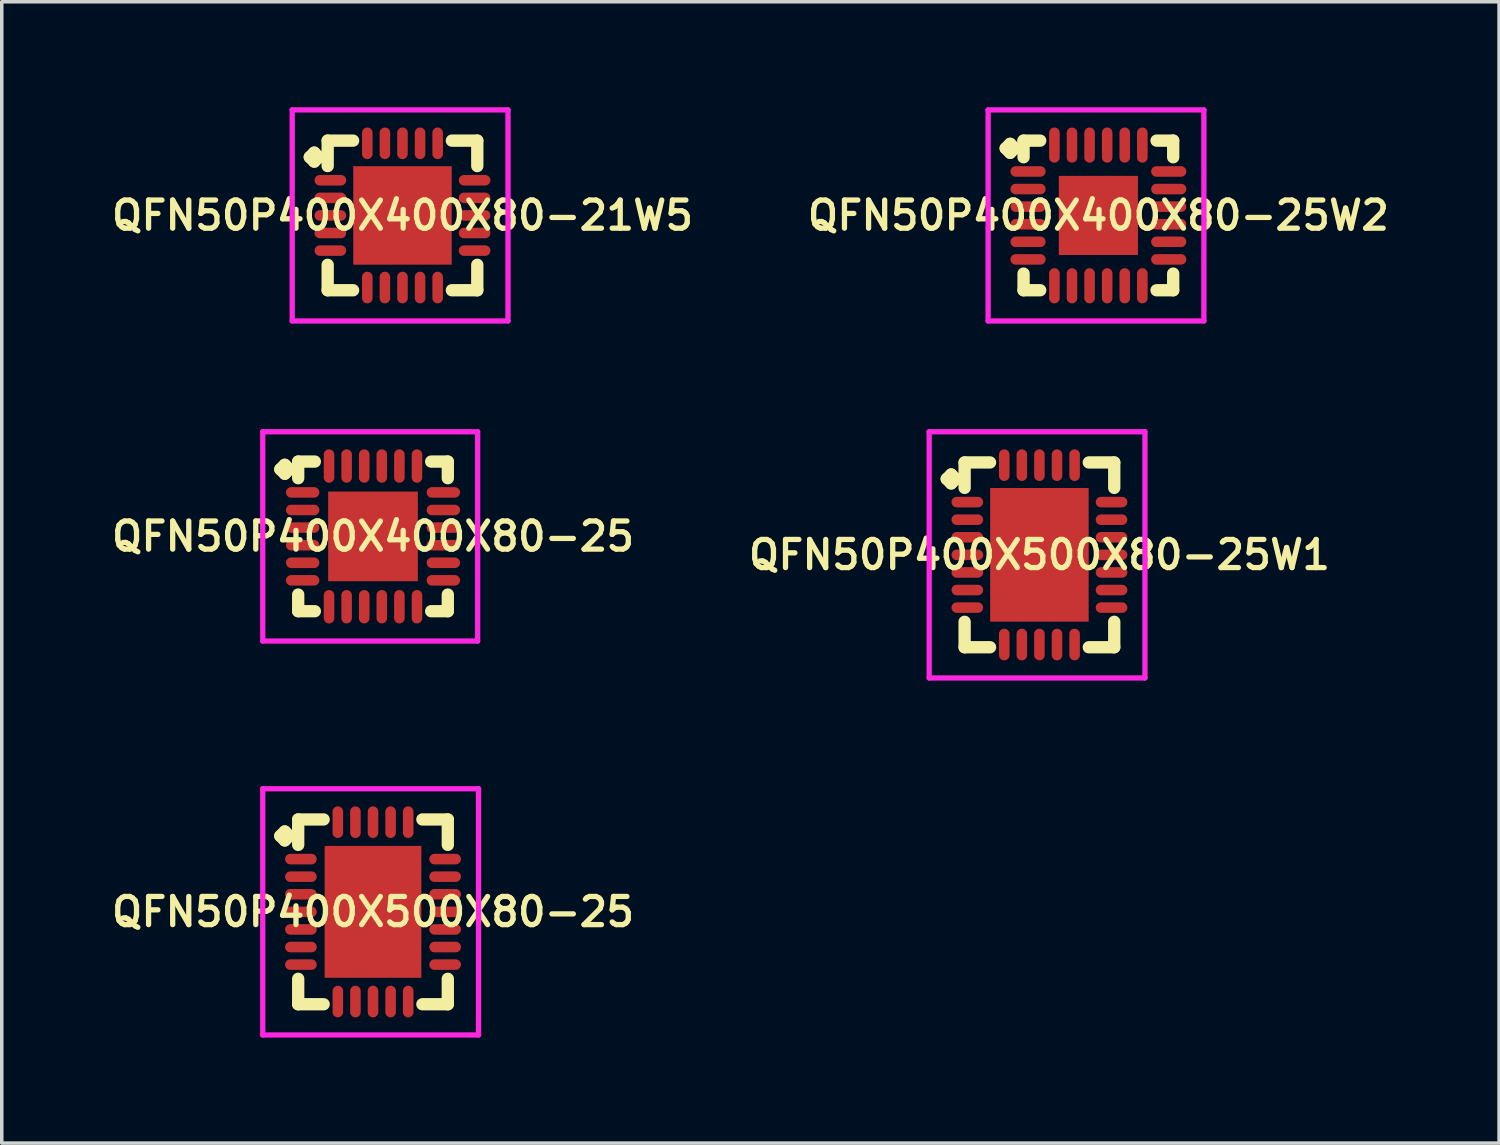
<source format=kicad_pcb>
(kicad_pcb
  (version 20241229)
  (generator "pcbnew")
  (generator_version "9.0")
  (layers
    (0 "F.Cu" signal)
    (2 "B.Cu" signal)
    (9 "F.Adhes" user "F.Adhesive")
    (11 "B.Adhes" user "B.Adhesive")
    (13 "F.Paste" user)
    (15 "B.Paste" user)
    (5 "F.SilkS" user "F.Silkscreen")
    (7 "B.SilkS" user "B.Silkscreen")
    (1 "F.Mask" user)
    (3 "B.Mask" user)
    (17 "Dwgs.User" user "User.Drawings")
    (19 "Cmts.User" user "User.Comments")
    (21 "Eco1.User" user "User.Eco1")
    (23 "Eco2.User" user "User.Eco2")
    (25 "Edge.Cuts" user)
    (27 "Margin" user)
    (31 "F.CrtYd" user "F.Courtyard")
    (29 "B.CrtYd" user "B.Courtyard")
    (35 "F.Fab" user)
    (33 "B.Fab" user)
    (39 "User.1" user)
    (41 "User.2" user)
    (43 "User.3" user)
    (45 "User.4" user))
  (footprint "QFN50P400X500X80-25W1"
    (layer "F.Cu")
    (at 26.502 12.725)
    (property "Reference" "QFN50P400X500X80-25W1" (at 0 0 0) (layer "F.SilkS") (effects (font (size 0.8 0.8) (thickness 0.15))))
    (attr smd)
    (fp_line (start -2.635 -2.158) (end -2.508 -2.285) (stroke (width 0.35) (type solid)) (layer "F.SilkS"))
    (fp_line (start -2.508 -2.285) (end -2.381 -2.158) (stroke (width 0.35) (type solid)) (layer "F.SilkS"))
    (fp_line (start -2.508 -2.031) (end -2.635 -2.158) (stroke (width 0.35) (type solid)) (layer "F.SilkS"))
    (fp_line (start -2.381 -2.158) (end -2.508 -2.031) (stroke (width 0.35) (type solid)) (layer "F.SilkS"))
    (fp_line (start -2.127 -2.627) (end -1.404 -2.627) (stroke (width 0.35) (type solid)) (layer "F.SilkS"))
    (fp_line (start -2.127 -1.904) (end -2.127 -2.627) (stroke (width 0.35) (type solid)) (layer "F.SilkS"))
    (fp_line (start -2.127 1.904) (end -2.127 2.627) (stroke (width 0.35) (type solid)) (layer "F.SilkS"))
    (fp_line (start -2.127 2.627) (end -1.404 2.627) (stroke (width 0.35) (type solid)) (layer "F.SilkS"))
    (fp_line (start 1.404 -2.627) (end 2.127 -2.627) (stroke (width 0.35) (type solid)) (layer "F.SilkS"))
    (fp_line (start 1.404 2.627) (end 2.127 2.627) (stroke (width 0.35) (type solid)) (layer "F.SilkS"))
    (fp_line (start 2.127 -2.627) (end 2.127 -1.904) (stroke (width 0.35) (type solid)) (layer "F.SilkS"))
    (fp_line (start 2.127 2.627) (end 2.127 1.904) (stroke (width 0.35) (type solid)) (layer "F.SilkS"))
    (fp_line (start -3.135 -3.5) (end 3 -3.5) (stroke (width 0.15) (type solid)) (layer "F.CrtYd"))
    (fp_line (start -3.135 3.5) (end -3.135 -3.5) (stroke (width 0.15) (type solid)) (layer "F.CrtYd"))
    (fp_line (start 3 -3.5) (end 3 3.5) (stroke (width 0.15) (type solid)) (layer "F.CrtYd"))
    (fp_line (start 3 3.5) (end -3.135 3.5) (stroke (width 0.15) (type solid)) (layer "F.CrtYd"))
    (pad "1" smd oval (at -2.05 -1.5) (size 0.9 0.3) (layers "F.Cu" "F.Mask" "F.Paste"))
    (pad "2" smd oval (at -2.05 -1) (size 0.9 0.3) (layers "F.Cu" "F.Mask" "F.Paste"))
    (pad "3" smd oval (at -2.05 -0.5) (size 0.9 0.3) (layers "F.Cu" "F.Mask" "F.Paste"))
    (pad "4" smd oval (at -2.05 0) (size 0.9 0.3) (layers "F.Cu" "F.Mask" "F.Paste"))
    (pad "5" smd oval (at -2.05 0.5) (size 0.9 0.3) (layers "F.Cu" "F.Mask" "F.Paste"))
    (pad "6" smd oval (at -2.05 1) (size 0.9 0.3) (layers "F.Cu" "F.Mask" "F.Paste"))
    (pad "7" smd oval (at -2.05 1.5) (size 0.9 0.3) (layers "F.Cu" "F.Mask" "F.Paste"))
    (pad "8" smd oval (at -1 2.55) (size 0.3 0.9) (layers "F.Cu" "F.Mask" "F.Paste"))
    (pad "9" smd oval (at -0.5 2.55) (size 0.3 0.9) (layers "F.Cu" "F.Mask" "F.Paste"))
    (pad "10" smd oval (at 0 2.55) (size 0.3 0.9) (layers "F.Cu" "F.Mask" "F.Paste"))
    (pad "11" smd oval (at 0.5 2.55) (size 0.3 0.9) (layers "F.Cu" "F.Mask" "F.Paste"))
    (pad "12" smd oval (at 1 2.55) (size 0.3 0.9) (layers "F.Cu" "F.Mask" "F.Paste"))
    (pad "13" smd oval (at 2.05 1.5) (size 0.9 0.3) (layers "F.Cu" "F.Mask" "F.Paste"))
    (pad "14" smd oval (at 2.05 1) (size 0.9 0.3) (layers "F.Cu" "F.Mask" "F.Paste"))
    (pad "15" smd oval (at 2.05 0.5) (size 0.9 0.3) (layers "F.Cu" "F.Mask" "F.Paste"))
    (pad "16" smd oval (at 2.05 0) (size 0.9 0.3) (layers "F.Cu" "F.Mask" "F.Paste"))
    (pad "17" smd oval (at 2.05 -0.5) (size 0.9 0.3) (layers "F.Cu" "F.Mask" "F.Paste"))
    (pad "18" smd oval (at 2.05 -1) (size 0.9 0.3) (layers "F.Cu" "F.Mask" "F.Paste"))
    (pad "19" smd oval (at 2.05 -1.5) (size 0.9 0.3) (layers "F.Cu" "F.Mask" "F.Paste"))
    (pad "20" smd oval (at 1 -2.55) (size 0.3 0.9) (layers "F.Cu" "F.Mask" "F.Paste"))
    (pad "21" smd oval (at 0.5 -2.55) (size 0.3 0.9) (layers "F.Cu" "F.Mask" "F.Paste"))
    (pad "22" smd oval (at 0 -2.55) (size 0.3 0.9) (layers "F.Cu" "F.Mask" "F.Paste"))
    (pad "23" smd oval (at -0.5 -2.55) (size 0.3 0.9) (layers "F.Cu" "F.Mask" "F.Paste"))
    (pad "24" smd oval (at -1 -2.55) (size 0.3 0.9) (layers "F.Cu" "F.Mask" "F.Paste"))
    (pad "25" smd rect (at 0 0) (size 2.8 3.8) (layers "F.Cu" "F.Mask" "F.Paste")))
  (footprint "QFN50P400X500X80-25"
    (layer "F.Cu")
    (at 7.555 22.875)
    (property "Reference" "QFN50P400X500X80-25" (at 0 0 0) (layer "F.SilkS") (effects (font (size 0.8 0.8) (thickness 0.15))))
    (attr smd)
    (fp_line (start -2.635 -2.158) (end -2.508 -2.285) (stroke (width 0.35) (type solid)) (layer "F.SilkS"))
    (fp_line (start -2.508 -2.285) (end -2.381 -2.158) (stroke (width 0.35) (type solid)) (layer "F.SilkS"))
    (fp_line (start -2.508 -2.031) (end -2.635 -2.158) (stroke (width 0.35) (type solid)) (layer "F.SilkS"))
    (fp_line (start -2.381 -2.158) (end -2.508 -2.031) (stroke (width 0.35) (type solid)) (layer "F.SilkS"))
    (fp_line (start -2.127 -2.627) (end -1.404 -2.627) (stroke (width 0.35) (type solid)) (layer "F.SilkS"))
    (fp_line (start -2.127 -1.904) (end -2.127 -2.627) (stroke (width 0.35) (type solid)) (layer "F.SilkS"))
    (fp_line (start -2.127 1.904) (end -2.127 2.627) (stroke (width 0.35) (type solid)) (layer "F.SilkS"))
    (fp_line (start -2.127 2.627) (end -1.404 2.627) (stroke (width 0.35) (type solid)) (layer "F.SilkS"))
    (fp_line (start 1.404 -2.627) (end 2.127 -2.627) (stroke (width 0.35) (type solid)) (layer "F.SilkS"))
    (fp_line (start 1.404 2.627) (end 2.127 2.627) (stroke (width 0.35) (type solid)) (layer "F.SilkS"))
    (fp_line (start 2.127 -2.627) (end 2.127 -1.904) (stroke (width 0.35) (type solid)) (layer "F.SilkS"))
    (fp_line (start 2.127 2.627) (end 2.127 1.904) (stroke (width 0.35) (type solid)) (layer "F.SilkS"))
    (fp_line (start -3.135 -3.5) (end 3 -3.5) (stroke (width 0.15) (type solid)) (layer "F.CrtYd"))
    (fp_line (start -3.135 3.5) (end -3.135 -3.5) (stroke (width 0.15) (type solid)) (layer "F.CrtYd"))
    (fp_line (start 3 -3.5) (end 3 3.5) (stroke (width 0.15) (type solid)) (layer "F.CrtYd"))
    (fp_line (start 3 3.5) (end -3.135 3.5) (stroke (width 0.15) (type solid)) (layer "F.CrtYd"))
    (pad "1" smd oval (at -2.05 -1.5) (size 0.9 0.3) (layers "F.Cu" "F.Mask" "F.Paste"))
    (pad "2" smd oval (at -2.05 -1) (size 0.9 0.3) (layers "F.Cu" "F.Mask" "F.Paste"))
    (pad "3" smd oval (at -2.05 -0.5) (size 0.9 0.3) (layers "F.Cu" "F.Mask" "F.Paste"))
    (pad "4" smd oval (at -2.05 0) (size 0.9 0.3) (layers "F.Cu" "F.Mask" "F.Paste"))
    (pad "5" smd oval (at -2.05 0.5) (size 0.9 0.3) (layers "F.Cu" "F.Mask" "F.Paste"))
    (pad "6" smd oval (at -2.05 1) (size 0.9 0.3) (layers "F.Cu" "F.Mask" "F.Paste"))
    (pad "7" smd oval (at -2.05 1.5) (size 0.9 0.3) (layers "F.Cu" "F.Mask" "F.Paste"))
    (pad "8" smd oval (at -1 2.55) (size 0.3 0.9) (layers "F.Cu" "F.Mask" "F.Paste"))
    (pad "9" smd oval (at -0.5 2.55) (size 0.3 0.9) (layers "F.Cu" "F.Mask" "F.Paste"))
    (pad "10" smd oval (at 0 2.55) (size 0.3 0.9) (layers "F.Cu" "F.Mask" "F.Paste"))
    (pad "11" smd oval (at 0.5 2.55) (size 0.3 0.9) (layers "F.Cu" "F.Mask" "F.Paste"))
    (pad "12" smd oval (at 1 2.55) (size 0.3 0.9) (layers "F.Cu" "F.Mask" "F.Paste"))
    (pad "13" smd oval (at 2.05 1.5) (size 0.9 0.3) (layers "F.Cu" "F.Mask" "F.Paste"))
    (pad "14" smd oval (at 2.05 1) (size 0.9 0.3) (layers "F.Cu" "F.Mask" "F.Paste"))
    (pad "15" smd oval (at 2.05 0.5) (size 0.9 0.3) (layers "F.Cu" "F.Mask" "F.Paste"))
    (pad "16" smd oval (at 2.05 0) (size 0.9 0.3) (layers "F.Cu" "F.Mask" "F.Paste"))
    (pad "17" smd oval (at 2.05 -0.5) (size 0.9 0.3) (layers "F.Cu" "F.Mask" "F.Paste"))
    (pad "18" smd oval (at 2.05 -1) (size 0.9 0.3) (layers "F.Cu" "F.Mask" "F.Paste"))
    (pad "19" smd oval (at 2.05 -1.5) (size 0.9 0.3) (layers "F.Cu" "F.Mask" "F.Paste"))
    (pad "20" smd oval (at 1 -2.55) (size 0.3 0.9) (layers "F.Cu" "F.Mask" "F.Paste"))
    (pad "21" smd oval (at 0.5 -2.55) (size 0.3 0.9) (layers "F.Cu" "F.Mask" "F.Paste"))
    (pad "22" smd oval (at 0 -2.55) (size 0.3 0.9) (layers "F.Cu" "F.Mask" "F.Paste"))
    (pad "23" smd oval (at -0.5 -2.55) (size 0.3 0.9) (layers "F.Cu" "F.Mask" "F.Paste"))
    (pad "24" smd oval (at -1 -2.55) (size 0.3 0.9) (layers "F.Cu" "F.Mask" "F.Paste"))
    (pad "25" smd rect (at 0 0) (size 2.75 3.75) (layers "F.Cu" "F.Mask" "F.Paste")))
  (footprint "QFN50P400X400X80-25W2"
    (layer "F.Cu")
    (at 28.178 3.075)
    (property "Reference" "QFN50P400X400X80-25W2" (at 0 0 0) (layer "F.SilkS") (effects (font (size 0.8 0.8) (thickness 0.15))))
    (attr smd)
    (fp_line (start -2.635 -1.908) (end -2.508 -2.035) (stroke (width 0.35) (type solid)) (layer "F.SilkS"))
    (fp_line (start -2.508 -2.035) (end -2.381 -1.908) (stroke (width 0.35) (type solid)) (layer "F.SilkS"))
    (fp_line (start -2.508 -1.781) (end -2.635 -1.908) (stroke (width 0.35) (type solid)) (layer "F.SilkS"))
    (fp_line (start -2.381 -1.908) (end -2.508 -1.781) (stroke (width 0.35) (type solid)) (layer "F.SilkS"))
    (fp_line (start -2.127 -2.127) (end -1.654 -2.127) (stroke (width 0.35) (type solid)) (layer "F.SilkS"))
    (fp_line (start -2.127 -1.654) (end -2.127 -2.127) (stroke (width 0.35) (type solid)) (layer "F.SilkS"))
    (fp_line (start -2.127 1.654) (end -2.127 2.127) (stroke (width 0.35) (type solid)) (layer "F.SilkS"))
    (fp_line (start -2.127 2.127) (end -1.654 2.127) (stroke (width 0.35) (type solid)) (layer "F.SilkS"))
    (fp_line (start 1.654 -2.127) (end 2.127 -2.127) (stroke (width 0.35) (type solid)) (layer "F.SilkS"))
    (fp_line (start 1.654 2.127) (end 2.127 2.127) (stroke (width 0.35) (type solid)) (layer "F.SilkS"))
    (fp_line (start 2.127 -2.127) (end 2.127 -1.654) (stroke (width 0.35) (type solid)) (layer "F.SilkS"))
    (fp_line (start 2.127 2.127) (end 2.127 1.654) (stroke (width 0.35) (type solid)) (layer "F.SilkS"))
    (fp_line (start -3.135 -3) (end 3 -3) (stroke (width 0.15) (type solid)) (layer "F.CrtYd"))
    (fp_line (start -3.135 3) (end -3.135 -3) (stroke (width 0.15) (type solid)) (layer "F.CrtYd"))
    (fp_line (start 3 -3) (end 3 3) (stroke (width 0.15) (type solid)) (layer "F.CrtYd"))
    (fp_line (start 3 3) (end -3.135 3) (stroke (width 0.15) (type solid)) (layer "F.CrtYd"))
    (pad "1" smd oval (at -2 -1.25) (size 1 0.3) (layers "F.Cu" "F.Mask" "F.Paste"))
    (pad "2" smd oval (at -2 -0.75) (size 1 0.3) (layers "F.Cu" "F.Mask" "F.Paste"))
    (pad "3" smd oval (at -2 -0.25) (size 1 0.3) (layers "F.Cu" "F.Mask" "F.Paste"))
    (pad "4" smd oval (at -2 0.25) (size 1 0.3) (layers "F.Cu" "F.Mask" "F.Paste"))
    (pad "5" smd oval (at -2 0.75) (size 1 0.3) (layers "F.Cu" "F.Mask" "F.Paste"))
    (pad "6" smd oval (at -2 1.25) (size 1 0.3) (layers "F.Cu" "F.Mask" "F.Paste"))
    (pad "7" smd oval (at -1.25 2) (size 0.3 1) (layers "F.Cu" "F.Mask" "F.Paste"))
    (pad "8" smd oval (at -0.75 2) (size 0.3 1) (layers "F.Cu" "F.Mask" "F.Paste"))
    (pad "9" smd oval (at -0.25 2) (size 0.3 1) (layers "F.Cu" "F.Mask" "F.Paste"))
    (pad "10" smd oval (at 0.25 2) (size 0.3 1) (layers "F.Cu" "F.Mask" "F.Paste"))
    (pad "11" smd oval (at 0.75 2) (size 0.3 1) (layers "F.Cu" "F.Mask" "F.Paste"))
    (pad "12" smd oval (at 1.25 2) (size 0.3 1) (layers "F.Cu" "F.Mask" "F.Paste"))
    (pad "13" smd oval (at 2 1.25) (size 1 0.3) (layers "F.Cu" "F.Mask" "F.Paste"))
    (pad "14" smd oval (at 2 0.75) (size 1 0.3) (layers "F.Cu" "F.Mask" "F.Paste"))
    (pad "15" smd oval (at 2 0.25) (size 1 0.3) (layers "F.Cu" "F.Mask" "F.Paste"))
    (pad "16" smd oval (at 2 -0.25) (size 1 0.3) (layers "F.Cu" "F.Mask" "F.Paste"))
    (pad "17" smd oval (at 2 -0.75) (size 1 0.3) (layers "F.Cu" "F.Mask" "F.Paste"))
    (pad "18" smd oval (at 2 -1.25) (size 1 0.3) (layers "F.Cu" "F.Mask" "F.Paste"))
    (pad "19" smd oval (at 1.25 -2) (size 0.3 1) (layers "F.Cu" "F.Mask" "F.Paste"))
    (pad "20" smd oval (at 0.75 -2) (size 0.3 1) (layers "F.Cu" "F.Mask" "F.Paste"))
    (pad "21" smd oval (at 0.25 -2) (size 0.3 1) (layers "F.Cu" "F.Mask" "F.Paste"))
    (pad "22" smd oval (at -0.25 -2) (size 0.3 1) (layers "F.Cu" "F.Mask" "F.Paste"))
    (pad "23" smd oval (at -0.75 -2) (size 0.3 1) (layers "F.Cu" "F.Mask" "F.Paste"))
    (pad "24" smd oval (at -1.25 -2) (size 0.3 1) (layers "F.Cu" "F.Mask" "F.Paste"))
    (pad "25" smd rect (at 0 0) (size 2.25 2.25) (layers "F.Cu" "F.Mask" "F.Paste")))
  (footprint "QFN50P400X400X80-21W5"
    (layer "F.Cu")
    (at 8.393 3.075)
    (property "Reference" "QFN50P400X400X80-21W5" (at 0 0 0) (layer "F.SilkS") (effects (font (size 0.8 0.8) (thickness 0.15))))
    (attr smd)
    (fp_line (start -2.635 -1.658) (end -2.508 -1.785) (stroke (width 0.35) (type solid)) (layer "F.SilkS"))
    (fp_line (start -2.508 -1.785) (end -2.381 -1.658) (stroke (width 0.35) (type solid)) (layer "F.SilkS"))
    (fp_line (start -2.508 -1.531) (end -2.635 -1.658) (stroke (width 0.35) (type solid)) (layer "F.SilkS"))
    (fp_line (start -2.381 -1.658) (end -2.508 -1.531) (stroke (width 0.35) (type solid)) (layer "F.SilkS"))
    (fp_line (start -2.127 -2.127) (end -1.404 -2.127) (stroke (width 0.35) (type solid)) (layer "F.SilkS"))
    (fp_line (start -2.127 -1.404) (end -2.127 -2.127) (stroke (width 0.35) (type solid)) (layer "F.SilkS"))
    (fp_line (start -2.127 1.404) (end -2.127 2.127) (stroke (width 0.35) (type solid)) (layer "F.SilkS"))
    (fp_line (start -2.127 2.127) (end -1.404 2.127) (stroke (width 0.35) (type solid)) (layer "F.SilkS"))
    (fp_line (start 1.404 -2.127) (end 2.127 -2.127) (stroke (width 0.35) (type solid)) (layer "F.SilkS"))
    (fp_line (start 1.404 2.127) (end 2.127 2.127) (stroke (width 0.35) (type solid)) (layer "F.SilkS"))
    (fp_line (start 2.127 -2.127) (end 2.127 -1.404) (stroke (width 0.35) (type solid)) (layer "F.SilkS"))
    (fp_line (start 2.127 2.127) (end 2.127 1.404) (stroke (width 0.35) (type solid)) (layer "F.SilkS"))
    (fp_line (start -3.135 -3) (end 3 -3) (stroke (width 0.15) (type solid)) (layer "F.CrtYd"))
    (fp_line (start -3.135 3) (end -3.135 -3) (stroke (width 0.15) (type solid)) (layer "F.CrtYd"))
    (fp_line (start 3 -3) (end 3 3) (stroke (width 0.15) (type solid)) (layer "F.CrtYd"))
    (fp_line (start 3 3) (end -3.135 3) (stroke (width 0.15) (type solid)) (layer "F.CrtYd"))
    (pad "1" smd oval (at -2.05 -1) (size 0.9 0.3) (layers "F.Cu" "F.Mask" "F.Paste"))
    (pad "2" smd oval (at -2.05 -0.5) (size 0.9 0.3) (layers "F.Cu" "F.Mask" "F.Paste"))
    (pad "3" smd oval (at -2.05 0) (size 0.9 0.3) (layers "F.Cu" "F.Mask" "F.Paste"))
    (pad "4" smd oval (at -2.05 0.5) (size 0.9 0.3) (layers "F.Cu" "F.Mask" "F.Paste"))
    (pad "5" smd oval (at -2.05 1) (size 0.9 0.3) (layers "F.Cu" "F.Mask" "F.Paste"))
    (pad "6" smd oval (at -1 2.05) (size 0.3 0.9) (layers "F.Cu" "F.Mask" "F.Paste"))
    (pad "7" smd oval (at -0.5 2.05) (size 0.3 0.9) (layers "F.Cu" "F.Mask" "F.Paste"))
    (pad "8" smd oval (at 0 2.05) (size 0.3 0.9) (layers "F.Cu" "F.Mask" "F.Paste"))
    (pad "9" smd oval (at 0.5 2.05) (size 0.3 0.9) (layers "F.Cu" "F.Mask" "F.Paste"))
    (pad "10" smd oval (at 1 2.05) (size 0.3 0.9) (layers "F.Cu" "F.Mask" "F.Paste"))
    (pad "11" smd oval (at 2.05 1) (size 0.9 0.3) (layers "F.Cu" "F.Mask" "F.Paste"))
    (pad "12" smd oval (at 2.05 0.5) (size 0.9 0.3) (layers "F.Cu" "F.Mask" "F.Paste"))
    (pad "13" smd oval (at 2.05 0) (size 0.9 0.3) (layers "F.Cu" "F.Mask" "F.Paste"))
    (pad "14" smd oval (at 2.05 -0.5) (size 0.9 0.3) (layers "F.Cu" "F.Mask" "F.Paste"))
    (pad "15" smd oval (at 2.05 -1) (size 0.9 0.3) (layers "F.Cu" "F.Mask" "F.Paste"))
    (pad "16" smd oval (at 1 -2.05) (size 0.3 0.9) (layers "F.Cu" "F.Mask" "F.Paste"))
    (pad "17" smd oval (at 0.5 -2.05) (size 0.3 0.9) (layers "F.Cu" "F.Mask" "F.Paste"))
    (pad "18" smd oval (at 0 -2.05) (size 0.3 0.9) (layers "F.Cu" "F.Mask" "F.Paste"))
    (pad "19" smd oval (at -0.5 -2.05) (size 0.3 0.9) (layers "F.Cu" "F.Mask" "F.Paste"))
    (pad "20" smd oval (at -1 -2.05) (size 0.3 0.9) (layers "F.Cu" "F.Mask" "F.Paste"))
    (pad "21" smd rect (at 0 0) (size 2.8 2.8) (layers "F.Cu" "F.Mask" "F.Paste")))
  (footprint "QFN50P400X400X80-25"
    (layer "F.Cu")
    (at 7.555 12.2)
    (property "Reference" "QFN50P400X400X80-25" (at 0 0 0) (layer "F.SilkS") (effects (font (size 0.8 0.8) (thickness 0.15))))
    (attr smd)
    (fp_line (start -2.635 -1.908) (end -2.508 -2.035) (stroke (width 0.35) (type solid)) (layer "F.SilkS"))
    (fp_line (start -2.508 -2.035) (end -2.381 -1.908) (stroke (width 0.35) (type solid)) (layer "F.SilkS"))
    (fp_line (start -2.508 -1.781) (end -2.635 -1.908) (stroke (width 0.35) (type solid)) (layer "F.SilkS"))
    (fp_line (start -2.381 -1.908) (end -2.508 -1.781) (stroke (width 0.35) (type solid)) (layer "F.SilkS"))
    (fp_line (start -2.127 -2.127) (end -1.654 -2.127) (stroke (width 0.35) (type solid)) (layer "F.SilkS"))
    (fp_line (start -2.127 -1.654) (end -2.127 -2.127) (stroke (width 0.35) (type solid)) (layer "F.SilkS"))
    (fp_line (start -2.127 1.654) (end -2.127 2.127) (stroke (width 0.35) (type solid)) (layer "F.SilkS"))
    (fp_line (start -2.127 2.127) (end -1.654 2.127) (stroke (width 0.35) (type solid)) (layer "F.SilkS"))
    (fp_line (start 1.654 -2.127) (end 2.127 -2.127) (stroke (width 0.35) (type solid)) (layer "F.SilkS"))
    (fp_line (start 1.654 2.127) (end 2.127 2.127) (stroke (width 0.35) (type solid)) (layer "F.SilkS"))
    (fp_line (start 2.127 -2.127) (end 2.127 -1.654) (stroke (width 0.35) (type solid)) (layer "F.SilkS"))
    (fp_line (start 2.127 2.127) (end 2.127 1.654) (stroke (width 0.35) (type solid)) (layer "F.SilkS"))
    (fp_line (start -3.135 -2.975) (end 2.975 -2.975) (stroke (width 0.15) (type solid)) (layer "F.CrtYd"))
    (fp_line (start -3.135 2.975) (end -3.135 -2.975) (stroke (width 0.15) (type solid)) (layer "F.CrtYd"))
    (fp_line (start 2.975 -2.975) (end 2.975 2.975) (stroke (width 0.15) (type solid)) (layer "F.CrtYd"))
    (fp_line (start 2.975 2.975) (end -3.135 2.975) (stroke (width 0.15) (type solid)) (layer "F.CrtYd"))
    (pad "1" smd oval (at -2 -1.25) (size 0.95 0.3) (layers "F.Cu" "F.Mask" "F.Paste"))
    (pad "2" smd oval (at -2 -0.75) (size 0.95 0.3) (layers "F.Cu" "F.Mask" "F.Paste"))
    (pad "3" smd oval (at -2 -0.25) (size 0.95 0.3) (layers "F.Cu" "F.Mask" "F.Paste"))
    (pad "4" smd oval (at -2 0.25) (size 0.95 0.3) (layers "F.Cu" "F.Mask" "F.Paste"))
    (pad "5" smd oval (at -2 0.75) (size 0.95 0.3) (layers "F.Cu" "F.Mask" "F.Paste"))
    (pad "6" smd oval (at -2 1.25) (size 0.95 0.3) (layers "F.Cu" "F.Mask" "F.Paste"))
    (pad "7" smd oval (at -1.25 2) (size 0.3 0.95) (layers "F.Cu" "F.Mask" "F.Paste"))
    (pad "8" smd oval (at -0.75 2) (size 0.3 0.95) (layers "F.Cu" "F.Mask" "F.Paste"))
    (pad "9" smd oval (at -0.25 2) (size 0.3 0.95) (layers "F.Cu" "F.Mask" "F.Paste"))
    (pad "10" smd oval (at 0.25 2) (size 0.3 0.95) (layers "F.Cu" "F.Mask" "F.Paste"))
    (pad "11" smd oval (at 0.75 2) (size 0.3 0.95) (layers "F.Cu" "F.Mask" "F.Paste"))
    (pad "12" smd oval (at 1.25 2) (size 0.3 0.95) (layers "F.Cu" "F.Mask" "F.Paste"))
    (pad "13" smd oval (at 2 1.25) (size 0.95 0.3) (layers "F.Cu" "F.Mask" "F.Paste"))
    (pad "14" smd oval (at 2 0.75) (size 0.95 0.3) (layers "F.Cu" "F.Mask" "F.Paste"))
    (pad "15" smd oval (at 2 0.25) (size 0.95 0.3) (layers "F.Cu" "F.Mask" "F.Paste"))
    (pad "16" smd oval (at 2 -0.25) (size 0.95 0.3) (layers "F.Cu" "F.Mask" "F.Paste"))
    (pad "17" smd oval (at 2 -0.75) (size 0.95 0.3) (layers "F.Cu" "F.Mask" "F.Paste"))
    (pad "18" smd oval (at 2 -1.25) (size 0.95 0.3) (layers "F.Cu" "F.Mask" "F.Paste"))
    (pad "19" smd oval (at 1.25 -2) (size 0.3 0.95) (layers "F.Cu" "F.Mask" "F.Paste"))
    (pad "20" smd oval (at 0.75 -2) (size 0.3 0.95) (layers "F.Cu" "F.Mask" "F.Paste"))
    (pad "21" smd oval (at 0.25 -2) (size 0.3 0.95) (layers "F.Cu" "F.Mask" "F.Paste"))
    (pad "22" smd oval (at -0.25 -2) (size 0.3 0.95) (layers "F.Cu" "F.Mask" "F.Paste"))
    (pad "23" smd oval (at -0.75 -2) (size 0.3 0.95) (layers "F.Cu" "F.Mask" "F.Paste"))
    (pad "24" smd oval (at -1.25 -2) (size 0.3 0.95) (layers "F.Cu" "F.Mask" "F.Paste"))
    (pad "25" smd rect (at 0 0) (size 2.55 2.55) (layers "F.Cu" "F.Mask" "F.Paste")))
  (gr_rect
    (start -3 -3)
    (end 39.57 29.45)
    (stroke (width 0.1) (type default))
    (fill no)
    (layer "Edge.Cuts")))
</source>
